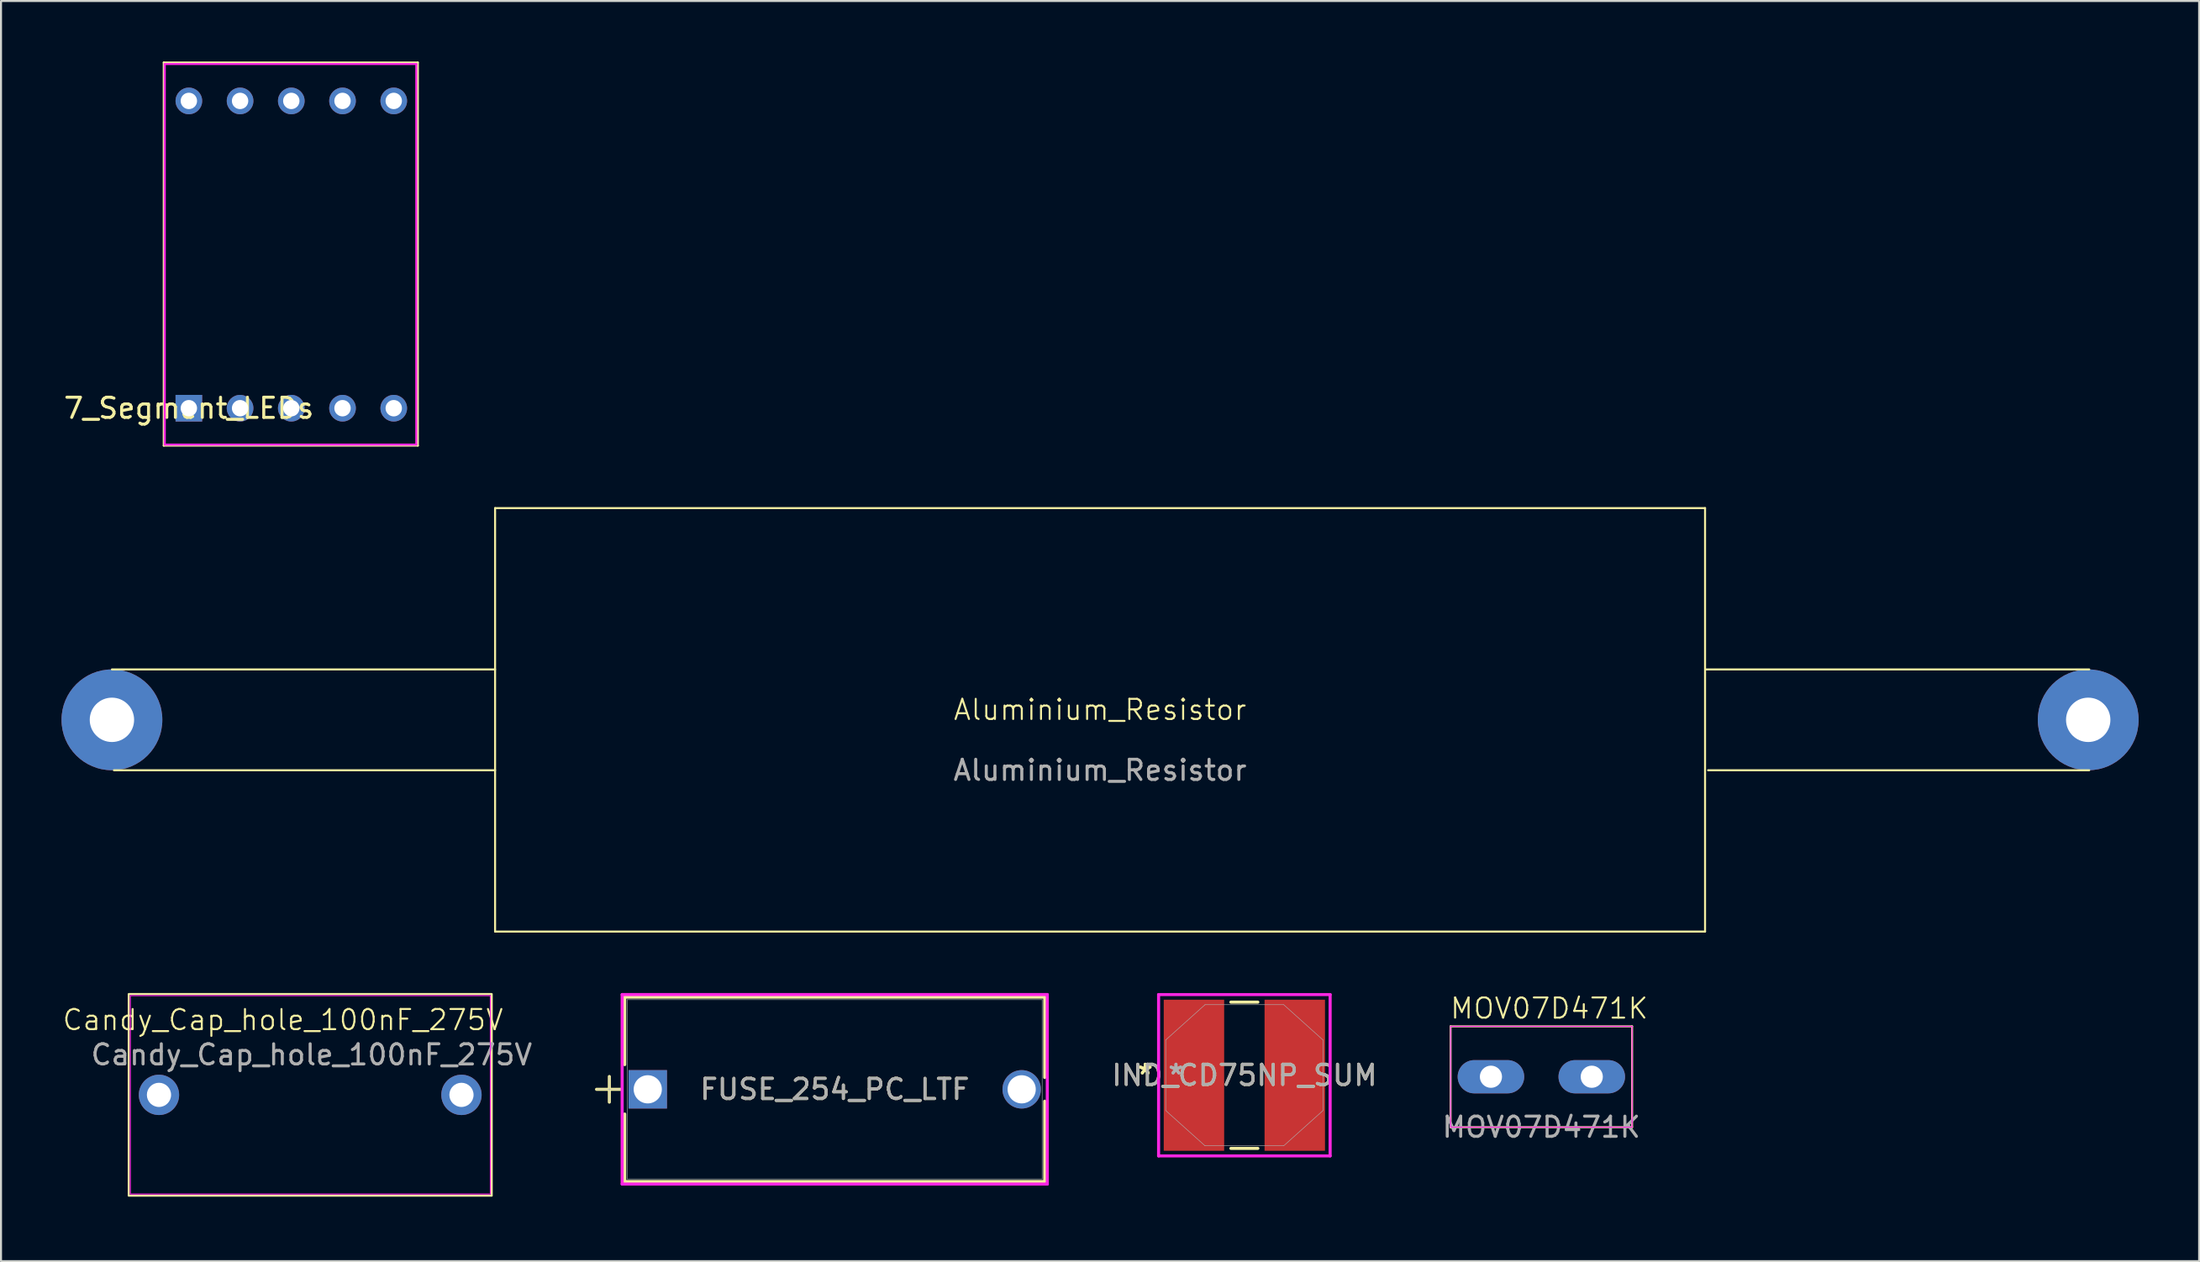
<source format=kicad_pcb>
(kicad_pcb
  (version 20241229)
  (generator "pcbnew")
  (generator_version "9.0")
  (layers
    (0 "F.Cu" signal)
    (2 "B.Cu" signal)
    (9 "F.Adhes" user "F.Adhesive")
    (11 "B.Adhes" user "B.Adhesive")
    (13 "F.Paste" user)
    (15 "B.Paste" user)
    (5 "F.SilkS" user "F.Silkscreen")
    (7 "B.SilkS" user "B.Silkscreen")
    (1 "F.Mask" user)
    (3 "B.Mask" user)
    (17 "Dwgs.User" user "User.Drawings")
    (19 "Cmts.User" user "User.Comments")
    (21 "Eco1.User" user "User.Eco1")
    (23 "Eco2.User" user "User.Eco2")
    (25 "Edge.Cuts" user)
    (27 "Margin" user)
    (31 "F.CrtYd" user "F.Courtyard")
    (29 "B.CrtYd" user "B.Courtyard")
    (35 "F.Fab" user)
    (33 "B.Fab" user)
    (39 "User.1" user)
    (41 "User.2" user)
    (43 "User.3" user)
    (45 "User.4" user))
  (footprint "7_Segment_LEDs"
    (layer "F.Cu")
    (at 6.315 17.195)
    (property "Reference" "7_Segment_LEDs" (at 0 0 0) (unlocked yes) (layer "F.SilkS") (effects (font (size 1 1) (thickness 0.15))))
    (attr through_hole)
    (fp_line (start -1.245 -17.145) (end -1.245 1.855) (stroke (width 0.1) (type default)) (layer "F.SilkS"))
    (fp_line (start -1.245 1.855) (end 11.355 1.855) (stroke (width 0.1) (type default)) (layer "F.SilkS"))
    (fp_line (start 11.354 -17.145) (end -1.245 -17.145) (stroke (width 0.1) (type default)) (layer "F.SilkS"))
    (fp_line (start 11.355 1.854) (end 11.355 -17.145) (stroke (width 0.1) (type default)) (layer "F.SilkS"))
    (fp_line (start -1.194 -17.069) (end -1.194 1.803) (stroke (width 0.1) (type default)) (layer "F.CrtYd"))
    (fp_line (start -1.194 1.803) (end 11.278 1.803) (stroke (width 0.1) (type default)) (layer "F.CrtYd"))
    (fp_line (start 11.278 -17.069) (end -1.194 -17.069) (stroke (width 0.1) (type default)) (layer "F.CrtYd"))
    (fp_line (start 11.278 1.803) (end 11.278 -17.069) (stroke (width 0.1) (type default)) (layer "F.CrtYd"))
    (pad "1" thru_hole rect (at 0 0) (size 1.321 1.321) (drill 0.813) (layers "*.Cu" "*.Mask"))
    (pad "2" thru_hole circle (at 2.54 0) (size 1.321 1.321) (drill 0.813) (layers "*.Cu" "*.Mask"))
    (pad "3" thru_hole circle (at 5.08 0) (size 1.321 1.321) (drill 0.813) (layers "*.Cu" "*.Mask"))
    (pad "4" thru_hole circle (at 7.62 0) (size 1.321 1.321) (drill 0.813) (layers "*.Cu" "*.Mask"))
    (pad "5" thru_hole circle (at 10.16 0) (size 1.321 1.321) (drill 0.813) (layers "*.Cu" "*.Mask"))
    (pad "6" thru_hole circle (at 10.16 -15.24 90) (size 1.321 1.321) (drill 0.813) (layers "*.Cu" "*.Mask"))
    (pad "7" thru_hole circle (at 7.62 -15.24 90) (size 1.321 1.321) (drill 0.813) (layers "*.Cu" "*.Mask"))
    (pad "8" thru_hole circle (at 5.08 -15.24 90) (size 1.321 1.321) (drill 0.813) (layers "*.Cu" "*.Mask"))
    (pad "9" thru_hole circle (at 2.54 -15.24 90) (size 1.321 1.321) (drill 0.813) (layers "*.Cu" "*.Mask"))
    (pad "10" thru_hole circle (at 0 -15.24 90) (size 1.321 1.321) (drill 0.813) (layers "*.Cu" "*.Mask")))
  (footprint "Aluminium_Resistor"
    (layer "F.Cu")
    (at 51.5 32.65)
    (property "Reference" "Aluminium_Resistor" (at 0 -0.5 0) (unlocked yes) (layer "F.SilkS") (effects (font (size 1 1) (thickness 0.1))))
    (attr through_hole)
    (fp_line (start -49 -2.5) (end -30 -2.5) (stroke (width 0.1) (type default)) (layer "F.SilkS"))
    (fp_line (start -48.9 2.5) (end -30 2.5) (stroke (width 0.1) (type default)) (layer "F.SilkS"))
    (fp_line (start -30 -10.5) (end -30 10.5) (stroke (width 0.1) (type default)) (layer "F.SilkS"))
    (fp_line (start 30 -10.5) (end -30 -10.5) (stroke (width 0.1) (type default)) (layer "F.SilkS"))
    (fp_line (start 30 -10.5) (end 30 10.5) (stroke (width 0.1) (type default)) (layer "F.SilkS"))
    (fp_line (start 30 10.5) (end -30 10.5) (stroke (width 0.1) (type default)) (layer "F.SilkS"))
    (fp_line (start 30.05 -2.5) (end 49.05 -2.5) (stroke (width 0.1) (type default)) (layer "F.SilkS"))
    (fp_line (start 30.15 2.5) (end 49.05 2.5) (stroke (width 0.1) (type default)) (layer "F.SilkS"))
    (fp_text user "${REFERENCE}" (at 0 2.5 0) (unlocked yes) (layer "F.Fab") (effects (font (size 1 1) (thickness 0.15))))
    (pad "1" thru_hole circle (at -49 0) (size 5 5) (drill 2.2) (layers "*.Cu" "*.Mask"))
    (pad "2" thru_hole circle (at 49 0) (size 5 5) (drill 2.2) (layers "*.Cu" "*.Mask")))
  (footprint "FUSE_254_PC_LTF"
    (layer "F.Cu")
    (at 29.071 50.975)
    (property "Reference" "FUSE_254_PC_LTF" (at 9.271 0 0) (unlocked yes) (layer "F.SilkS") (effects (font (size 1 1) (thickness 0.15))))
    (attr through_hole)
    (fp_line (start -2.54 0) (end -1.285 0) (stroke (width 0.152) (type solid)) (layer "F.SilkS"))
    (fp_line (start -1.905 -0.635) (end -1.905 0.635) (stroke (width 0.152) (type solid)) (layer "F.SilkS"))
    (fp_line (start -1.143 -4.572) (end -1.143 -1.225) (stroke (width 0.152) (type solid)) (layer "F.SilkS"))
    (fp_line (start -1.143 1.225) (end -1.143 4.572) (stroke (width 0.152) (type solid)) (layer "F.SilkS"))
    (fp_line (start 19.685 -4.572) (end -1.143 -4.572) (stroke (width 0.152) (type solid)) (layer "F.SilkS"))
    (fp_line (start 19.685 -4.572) (end 19.685 -0.588) (stroke (width 0.152) (type solid)) (layer "F.SilkS"))
    (fp_line (start 19.685 0.588) (end 19.685 4.572) (stroke (width 0.152) (type solid)) (layer "F.SilkS"))
    (fp_line (start 19.685 4.572) (end -1.143 4.572) (stroke (width 0.152) (type solid)) (layer "F.SilkS"))
    (fp_line (start -1.27 -4.699) (end 19.812 -4.699) (stroke (width 0.152) (type solid)) (layer "F.CrtYd"))
    (fp_line (start -1.27 4.699) (end -1.27 -4.699) (stroke (width 0.152) (type solid)) (layer "F.CrtYd"))
    (fp_line (start 19.812 -4.699) (end 19.812 4.699) (stroke (width 0.152) (type solid)) (layer "F.CrtYd"))
    (fp_line (start 19.812 4.699) (end -1.27 4.699) (stroke (width 0.152) (type solid)) (layer "F.CrtYd"))
    (fp_line (start -2.54 0) (end -1.27 0) (stroke (width 0.025) (type solid)) (layer "F.Fab"))
    (fp_line (start -1.905 -0.635) (end -1.905 0.635) (stroke (width 0.025) (type solid)) (layer "F.Fab"))
    (fp_line (start -1.016 -4.445) (end -1.016 4.445) (stroke (width 0.025) (type solid)) (layer "F.Fab"))
    (fp_line (start 19.558 -4.445) (end -1.016 -4.445) (stroke (width 0.025) (type solid)) (layer "F.Fab"))
    (fp_line (start 19.558 -4.445) (end 19.558 4.445) (stroke (width 0.025) (type solid)) (layer "F.Fab"))
    (fp_line (start 19.558 4.445) (end -1.016 4.445) (stroke (width 0.025) (type solid)) (layer "F.Fab"))
    (fp_text user "${REFERENCE}" (at 9.271 0 0) (unlocked yes) (layer "F.Fab") (effects (font (size 1 1) (thickness 0.15))))
    (pad "1" thru_hole rect (at 0 0) (size 1.905 1.905) (drill 1.397) (layers "*.Cu" "*.Mask"))
    (pad "2" thru_hole circle (at 18.542 0) (size 1.905 1.905) (drill 1.397) (layers "*.Cu" "*.Mask")))
  (footprint "Candy_Cap_hole_100nF_275V"
    (layer "F.Cu")
    (at 3.359 56.246)
    (property "Reference" "Candy_Cap_hole_100nF_275V" (at 7.62 -8.712 0) (unlocked yes) (layer "F.SilkS") (effects (font (size 1 1) (thickness 0.1))))
    (attr through_hole)
    (fp_rect (start -0.026 -9.996) (end 17.974 0.004) (stroke (width 0.1) (type default)) (fill no) (layer "F.SilkS"))
    (fp_rect (start 0.054 -9.916) (end 17.907 -0.076) (stroke (width 0.05) (type default)) (fill no) (layer "F.CrtYd"))
    (fp_text user "${REFERENCE}" (at 9.042 -6.985 0) (unlocked yes) (layer "F.Fab") (effects (font (size 1 1) (thickness 0.15))))
    (pad "1" thru_hole circle (at 1.474 -4.996) (size 2 2) (drill 1.2) (layers "*.Cu" "*.Mask"))
    (pad "2" thru_hole circle (at 16.474 -4.996) (size 2 2) (drill 1.2) (layers "*.Cu" "*.Mask")))
  (footprint "MOV07D471K"
    (layer "F.Cu")
    (at 73.382 50.351)
    (property "Reference" "MOV07D471K" (at 0.39 -3.39 0) (unlocked yes) (layer "F.SilkS") (effects (font (size 1 1) (thickness 0.1))))
    (attr through_hole)
    (fp_line (start -4.5 -2.5) (end 4.5 -2.5) (stroke (width 0.1) (type solid)) (layer "F.SilkS"))
    (fp_line (start -4.5 2.5) (end -4.5 -2.5) (stroke (width 0.1) (type solid)) (layer "F.SilkS"))
    (fp_line (start 4.5 -2.5) (end 4.5 2.5) (stroke (width 0.1) (type solid)) (layer "F.SilkS"))
    (fp_line (start 4.5 2.5) (end -4.5 2.5) (stroke (width 0.1) (type solid)) (layer "F.SilkS"))
    (fp_line (start -4.5 -2.5) (end 4.5 -2.5) (stroke (width 0.05) (type default)) (layer "F.CrtYd"))
    (fp_line (start -4.5 2.5) (end -4.5 -2.5) (stroke (width 0.05) (type default)) (layer "F.CrtYd"))
    (fp_line (start 4.5 -2.5) (end 4.5 2.5) (stroke (width 0.05) (type default)) (layer "F.CrtYd"))
    (fp_line (start 4.5 2.5) (end -4.5 2.5) (stroke (width 0.05) (type default)) (layer "F.CrtYd"))
    (fp_text user "${REFERENCE}" (at 0 2.5 0) (unlocked yes) (layer "F.Fab") (effects (font (size 1 1) (thickness 0.15))))
    (pad "1" thru_hole oval (at -2.5 0) (size 3.3 1.65) (drill 1.1) (layers "*.Cu" "*.Mask"))
    (pad "2" thru_hole oval (at 2.5 0) (size 3.3 1.65) (drill 1.1) (layers "*.Cu" "*.Mask")))
  (footprint "IND_CD75NP_SUM"
    (layer "F.Cu")
    (at 58.655 50.277)
    (property "Reference" "IND_CD75NP_SUM" (at 0 0 0) (unlocked yes) (layer "F.SilkS") (effects (font (size 1 1) (thickness 0.15))))
    (attr smd)
    (fp_line (start -0.669 3.627) (end 0.669 3.627) (stroke (width 0.152) (type solid)) (layer "F.SilkS"))
    (fp_line (start 0.669 -3.627) (end -0.669 -3.627) (stroke (width 0.152) (type solid)) (layer "F.SilkS"))
    (fp_line (start -4.253 -4) (end 4.253 -4) (stroke (width 0.152) (type solid)) (layer "F.CrtYd"))
    (fp_line (start -4.253 4) (end -4.253 -4) (stroke (width 0.152) (type solid)) (layer "F.CrtYd"))
    (fp_line (start 4.253 -4) (end 4.253 4) (stroke (width 0.152) (type solid)) (layer "F.CrtYd"))
    (fp_line (start 4.253 4) (end -4.253 4) (stroke (width 0.152) (type solid)) (layer "F.CrtYd"))
    (fp_line (start -3.9 -1.75) (end -3.9 1.75) (stroke (width 0.025) (type solid)) (layer "F.Fab"))
    (fp_line (start -3.9 1.75) (end -1.95 3.5) (stroke (width 0.025) (type solid)) (layer "F.Fab"))
    (fp_line (start -1.95 -3.5) (end -3.9 -1.75) (stroke (width 0.025) (type solid)) (layer "F.Fab"))
    (fp_line (start -1.95 3.5) (end 1.95 3.5) (stroke (width 0.025) (type solid)) (layer "F.Fab"))
    (fp_line (start 1.95 -3.5) (end -1.95 -3.5) (stroke (width 0.025) (type solid)) (layer "F.Fab"))
    (fp_line (start 1.95 3.5) (end 3.9 1.75) (stroke (width 0.025) (type solid)) (layer "F.Fab"))
    (fp_line (start 3.9 -1.75) (end 1.95 -3.5) (stroke (width 0.025) (type solid)) (layer "F.Fab"))
    (fp_line (start 3.9 1.75) (end 3.9 -1.75) (stroke (width 0.025) (type solid)) (layer "F.Fab"))
    (fp_text user "*" (at -4.916 0 0) (layer "F.SilkS") (effects (font (size 1 1) (thickness 0.15))))
    (fp_text user "*" (at -4.916 0 0) (unlocked yes) (layer "F.SilkS") (effects (font (size 1 1) (thickness 0.15))))
    (fp_text user "${REFERENCE}" (at 0 0 0) (unlocked yes) (layer "F.Fab") (effects (font (size 1 1) (thickness 0.15))))
    (fp_text user "*" (at -3.392 0 0) (layer "F.Fab") (effects (font (size 1 1) (thickness 0.15))))
    (fp_text user "*" (at -3.392 0 0) (unlocked yes) (layer "F.Fab") (effects (font (size 1 1) (thickness 0.15))))
    (pad "1" smd rect (at -2.5 0) (size 2.997 7.493) (layers "F.Cu" "F.Mask" "F.Paste"))
    (pad "2" smd rect (at 2.5 0) (size 2.997 7.493) (layers "F.Cu" "F.Mask" "F.Paste")))
  (gr_rect
    (start -3 -3)
    (end 106 59.496)
    (stroke (width 0.1) (type default))
    (fill no)
    (layer "Edge.Cuts")))
</source>
